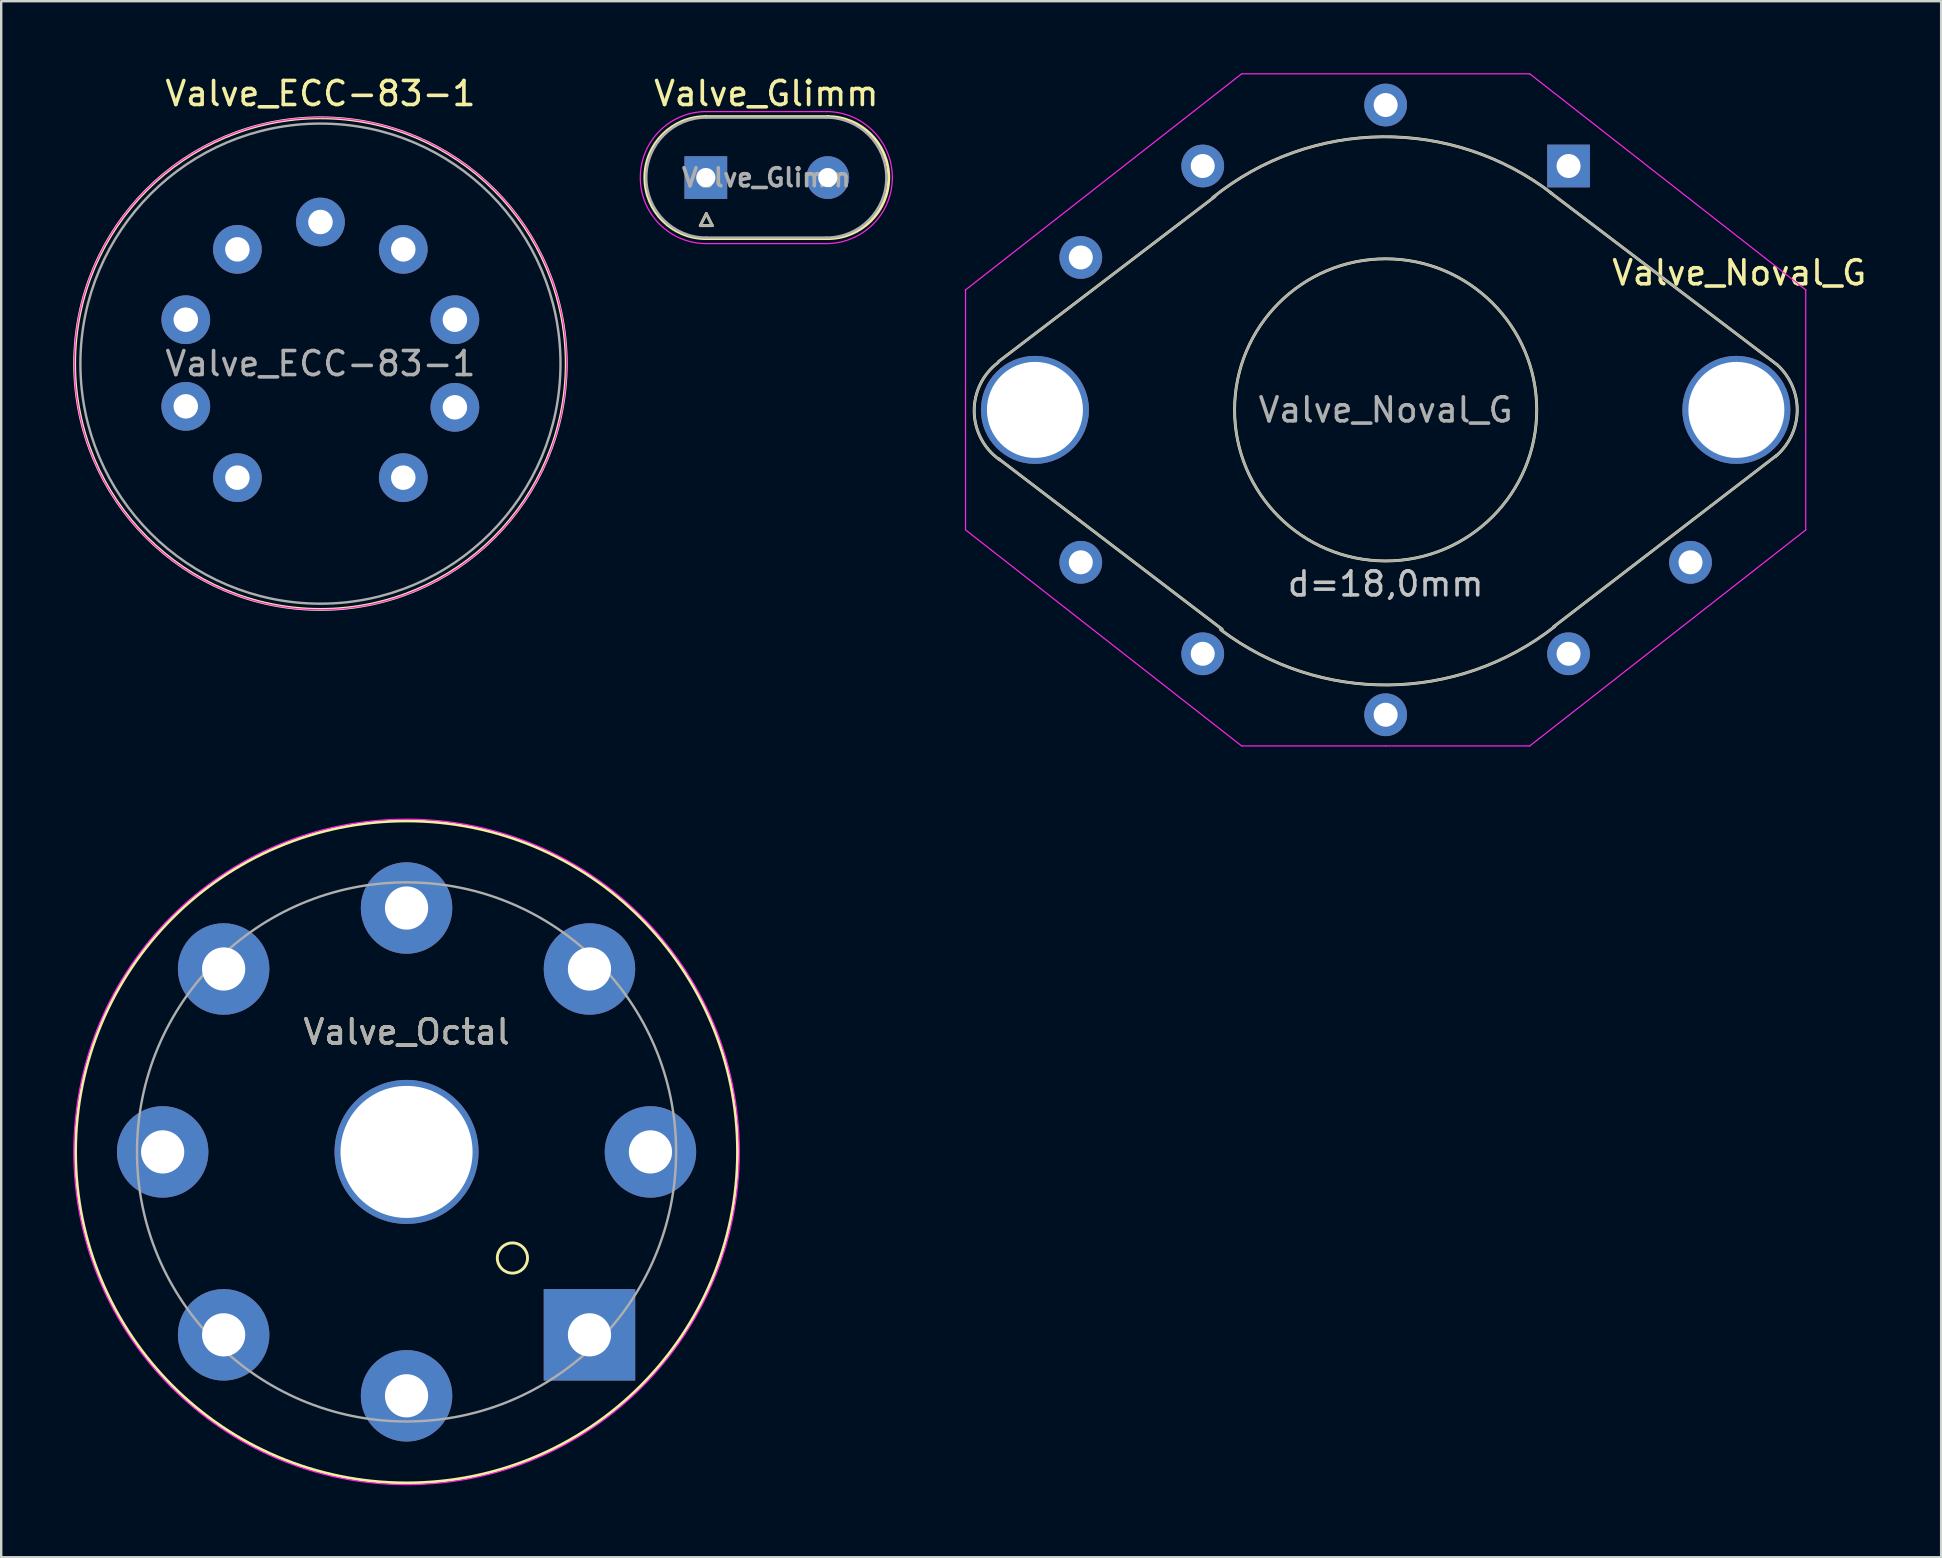
<source format=kicad_pcb>
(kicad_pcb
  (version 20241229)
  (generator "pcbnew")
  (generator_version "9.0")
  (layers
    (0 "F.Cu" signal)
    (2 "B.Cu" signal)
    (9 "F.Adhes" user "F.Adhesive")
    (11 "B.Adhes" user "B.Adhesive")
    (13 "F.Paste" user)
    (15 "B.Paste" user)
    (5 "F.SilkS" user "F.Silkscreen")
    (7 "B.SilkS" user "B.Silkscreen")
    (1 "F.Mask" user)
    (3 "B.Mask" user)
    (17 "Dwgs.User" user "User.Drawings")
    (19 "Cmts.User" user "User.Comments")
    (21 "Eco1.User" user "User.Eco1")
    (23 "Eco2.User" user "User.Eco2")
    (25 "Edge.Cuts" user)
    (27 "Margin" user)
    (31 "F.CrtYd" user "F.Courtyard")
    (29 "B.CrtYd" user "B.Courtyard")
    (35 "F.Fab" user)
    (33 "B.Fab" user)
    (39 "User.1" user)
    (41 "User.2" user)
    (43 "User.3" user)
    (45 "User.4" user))
  (footprint "Valve_ECC-83-1"
    (layer "F.Cu")
    (at 13.749 16.848)
    (property "Reference" "Valve_ECC-83-1" (at -3.45 -16 0) (layer "F.SilkS") (effects (font (size 1 1) (thickness 0.15))))
    (attr through_hole)
    (fp_circle (center -3.45 -4.75) (end 6.71 -3.48) (stroke (width 0.12) (type solid)) (fill no) (layer "F.SilkS"))
    (fp_circle (center -3.45 -4.75) (end -3.45 -15) (stroke (width 0.05) (type solid)) (fill no) (layer "F.CrtYd"))
    (fp_circle (center -3.45 -4.75) (end -3.45 -14.75) (stroke (width 0.1) (type solid)) (fill no) (layer "F.Fab"))
    (fp_text user "${REFERENCE}" (at -3.45 -4.75 0) (layer "F.Fab") (effects (font (size 1 1) (thickness 0.15))))
    (pad "1" thru_hole circle (at 0 0) (size 2.03 2.03) (drill 1.02) (layers "*.Cu" "*.Mask"))
    (pad "2" thru_hole circle (at 2.15 -2.93) (size 2.03 2.03) (drill 1.02) (layers "*.Cu" "*.Mask"))
    (pad "3" thru_hole circle (at 2.15 -6.58) (size 2.03 2.03) (drill 1.02) (layers "*.Cu" "*.Mask"))
    (pad "4" thru_hole circle (at 0 -9.51) (size 2.03 2.03) (drill 1.02) (layers "*.Cu" "*.Mask"))
    (pad "5" thru_hole circle (at -3.45 -10.65) (size 2.03 2.03) (drill 1.02) (layers "*.Cu" "*.Mask"))
    (pad "6" thru_hole circle (at -6.91 -9.51) (size 2.03 2.03) (drill 1.02) (layers "*.Cu" "*.Mask"))
    (pad "7" thru_hole circle (at -9.06 -6.58) (size 2.03 2.03) (drill 1.02) (layers "*.Cu" "*.Mask"))
    (pad "8" thru_hole circle (at -9.06 -2.97) (size 2.03 2.03) (drill 1.02) (layers "*.Cu" "*.Mask"))
    (pad "9" thru_hole circle (at -6.91 0) (size 2.03 2.03) (drill 1.02) (layers "*.Cu" "*.Mask")))
  (footprint "Valve_Octal"
    (layer "F.Cu")
    (at 21.506 52.556)
    (property "Reference" "Valve_Octal" (at -7.62 -12.62 0) (layer "F.SilkS") (effects (font (size 1 1) (thickness 0.15))))
    (attr through_hole)
    (fp_circle (center -7.62 -7.62) (end 2.13 2.13) (stroke (width 0.12) (type solid)) (fill no) (layer "F.SilkS"))
    (fp_circle (center -3.21 -3.2) (end -2.77 -2.75) (stroke (width 0.12) (type solid)) (fill no) (layer "F.SilkS"))
    (fp_circle (center -7.62 -7.62) (end 3.13 1.13) (stroke (width 0.05) (type solid)) (fill no) (layer "F.CrtYd"))
    (fp_circle (center -7.62 -7.62) (end -15.56 0.32) (stroke (width 0.1) (type solid)) (fill no) (layer "F.Fab"))
    (fp_text user "${REFERENCE}" (at -7.62 -12.62 0) (layer "F.Fab") (effects (font (size 1 1) (thickness 0.15))))
    (pad "" thru_hole circle (at -7.62 -7.62) (size 6 6) (drill 5.5) (layers "*.Cu" "*.Mask"))
    (pad "1" thru_hole rect (at 0 0) (size 3.81 3.81) (drill 1.8) (layers "*.Cu" "*.Mask"))
    (pad "2" thru_hole circle (at 2.54 -7.62) (size 3.81 3.81) (drill 1.8) (layers "*.Cu" "*.Mask"))
    (pad "3" thru_hole circle (at 0 -15.24) (size 3.81 3.81) (drill 1.8) (layers "*.Cu" "*.Mask"))
    (pad "4" thru_hole circle (at -7.62 -17.78) (size 3.81 3.81) (drill 1.8) (layers "*.Cu" "*.Mask"))
    (pad "5" thru_hole circle (at -15.24 -15.24) (size 3.81 3.81) (drill 1.8) (layers "*.Cu" "*.Mask"))
    (pad "6" thru_hole circle (at -17.78 -7.62) (size 3.81 3.81) (drill 1.8) (layers "*.Cu" "*.Mask"))
    (pad "7" thru_hole circle (at -15.24 0) (size 3.81 3.81) (drill 1.8) (layers "*.Cu" "*.Mask"))
    (pad "8" thru_hole circle (at -7.62 2.54) (size 3.81 3.81) (drill 1.8) (layers "*.Cu" "*.Mask")))
  (footprint "Valve_Noval_G"
    (layer "F.Cu")
    (at 62.293 3.865)
    (property "Reference" "Valve_Noval_G" (at 7.11 4.45 0) (layer "F.SilkS") (effects (font (size 1 1) (thickness 0.15))))
    (attr through_hole)
    (fp_line (start -23.75 8.15) (end -14.73 1.27) (stroke (width 0.12) (type solid)) (layer "F.SilkS"))
    (fp_line (start -23.75 12.19) (end -14.43 19.3) (stroke (width 0.12) (type solid)) (layer "F.SilkS"))
    (fp_line (start 8.66 12.06) (end -0.63 19.2) (stroke (width 0.12) (type solid)) (layer "F.SilkS"))
    (fp_line (start 8.69 8.28) (end -0.74 1.12) (stroke (width 0.12) (type solid)) (layer "F.SilkS"))
    (fp_arc (start -23.7 12.24) (mid -24.76061 10.23284) (end -23.769096 8.190664) (stroke (width 0.12) (type solid)) (layer "F.SilkS"))
    (fp_arc (start -14.83 1.32) (mid -7.774859 -1.216675) (end -0.665972 1.16523) (stroke (width 0.12) (type solid)) (layer "F.SilkS"))
    (fp_arc (start -0.57 19.18) (mid -7.50736 21.618362) (end -14.491513 19.317453) (stroke (width 0.12) (type solid)) (layer "F.SilkS"))
    (fp_arc (start 8.69 8.28) (mid 9.524064 10.214038) (end 8.60831 12.110762) (stroke (width 0.12) (type solid)) (layer "F.SilkS"))
    (fp_circle (center -7.62 10.16) (end -12.07 14.61) (stroke (width 0.12) (type solid)) (fill no) (layer "F.SilkS"))
    (fp_line (start -25.12 5.16) (end -13.62 -3.84) (stroke (width 0.05) (type solid)) (layer "F.CrtYd"))
    (fp_line (start -25.12 15.16) (end -25.12 5.16) (stroke (width 0.05) (type solid)) (layer "F.CrtYd"))
    (fp_line (start -13.62 -3.84) (end -1.62 -3.84) (stroke (width 0.05) (type solid)) (layer "F.CrtYd"))
    (fp_line (start -13.62 24.16) (end -25.12 15.16) (stroke (width 0.05) (type solid)) (layer "F.CrtYd"))
    (fp_line (start -7.62 24.16) (end -13.62 24.16) (stroke (width 0.05) (type solid)) (layer "F.CrtYd"))
    (fp_line (start -1.62 -3.84) (end 9.88 5.16) (stroke (width 0.05) (type solid)) (layer "F.CrtYd"))
    (fp_line (start -1.62 24.16) (end -7.62 24.16) (stroke (width 0.05) (type solid)) (layer "F.CrtYd"))
    (fp_line (start 9.88 5.16) (end 9.88 15.16) (stroke (width 0.05) (type solid)) (layer "F.CrtYd"))
    (fp_line (start 9.88 15.16) (end -1.62 24.16) (stroke (width 0.05) (type solid)) (layer "F.CrtYd"))
    (fp_line (start -23.75 8.15) (end -14.73 1.27) (stroke (width 0.1) (type solid)) (layer "F.Fab"))
    (fp_line (start -23.75 12.19) (end -14.43 19.3) (stroke (width 0.1) (type solid)) (layer "F.Fab"))
    (fp_line (start 8.66 12.06) (end -0.63 19.2) (stroke (width 0.1) (type solid)) (layer "F.Fab"))
    (fp_line (start 8.69 8.28) (end -0.74 1.12) (stroke (width 0.1) (type solid)) (layer "F.Fab"))
    (fp_arc (start -23.7 12.24) (mid -24.76061 10.23284) (end -23.769096 8.190664) (stroke (width 0.1) (type solid)) (layer "F.Fab"))
    (fp_arc (start -14.83 1.32) (mid -7.774859 -1.216675) (end -0.665972 1.16523) (stroke (width 0.1) (type solid)) (layer "F.Fab"))
    (fp_arc (start -0.57 19.18) (mid -7.50736 21.618362) (end -14.491513 19.317453) (stroke (width 0.1) (type solid)) (layer "F.Fab"))
    (fp_arc (start 8.69 8.28) (mid 9.524064 10.214038) (end 8.60831 12.110762) (stroke (width 0.1) (type solid)) (layer "F.Fab"))
    (fp_circle (center -7.62 10.16) (end -12.07 14.61) (stroke (width 0.1) (type solid)) (fill no) (layer "F.Fab"))
    (fp_text user "d=18,0mm" (at -7.62 17.41 0) (layer "Dwgs.User") (effects (font (size 1 1) (thickness 0.15))))
    (fp_text user "${REFERENCE}" (at -7.62 10.16 0) (layer "F.Fab") (effects (font (size 1 1) (thickness 0.15))))
    (pad "" thru_hole circle (at 6.99 10.16) (size 4.5 4.5) (drill 4) (layers "*.Cu" "*.Mask"))
    (pad "1" thru_hole rect (at 0 0) (size 1.78 1.78) (drill 1) (layers "*.Cu" "*.Mask"))
    (pad "2" thru_hole circle (at -22.23 10.16) (size 4.5 4.5) (drill 4) (layers "*.Cu" "*.Mask"))
    (pad "2" thru_hole circle (at -7.62 -2.54) (size 1.78 1.78) (drill 1) (layers "*.Cu" "*.Mask"))
    (pad "3" thru_hole circle (at -15.24 0) (size 1.78 1.78) (drill 1) (layers "*.Cu" "*.Mask"))
    (pad "4" thru_hole circle (at -20.32 3.81) (size 1.78 1.78) (drill 1) (layers "*.Cu" "*.Mask"))
    (pad "5" thru_hole circle (at -20.32 16.51) (size 1.78 1.78) (drill 1) (layers "*.Cu" "*.Mask"))
    (pad "6" thru_hole circle (at -15.24 20.32) (size 1.78 1.78) (drill 1) (layers "*.Cu" "*.Mask"))
    (pad "7" thru_hole circle (at -7.62 22.86) (size 1.78 1.78) (drill 1) (layers "*.Cu" "*.Mask"))
    (pad "8" thru_hole circle (at 0 20.32) (size 1.78 1.78) (drill 1) (layers "*.Cu" "*.Mask"))
    (pad "9" thru_hole circle (at 5.08 16.51) (size 1.78 1.78) (drill 1) (layers "*.Cu" "*.Mask")))
  (footprint "Valve_Glimm"
    (layer "F.Cu")
    (at 26.353 4.348)
    (property "Reference" "Valve_Glimm" (at 2.52 -3.5 0) (layer "F.SilkS") (effects (font (size 1 1) (thickness 0.15))))
    (attr through_hole)
    (fp_line (start -0.23 2) (end 0.27 2) (stroke (width 0.12) (type solid)) (layer "F.SilkS"))
    (fp_line (start 0 -2.54) (end 5.08 -2.54) (stroke (width 0.12) (type solid)) (layer "F.SilkS"))
    (fp_line (start 0 2.54) (end 5.08 2.54) (stroke (width 0.12) (type solid)) (layer "F.SilkS"))
    (fp_line (start 0.02 1.5) (end -0.23 2) (stroke (width 0.12) (type solid)) (layer "F.SilkS"))
    (fp_line (start 0.27 2) (end 0.02 1.5) (stroke (width 0.12) (type solid)) (layer "F.SilkS"))
    (fp_arc (start 0 2.54) (mid -2.54 0) (end 0 -2.54) (stroke (width 0.12) (type solid)) (layer "F.SilkS"))
    (fp_arc (start 5.08 -2.54) (mid 7.62 0) (end 5.08 2.54) (stroke (width 0.12) (type solid)) (layer "F.SilkS"))
    (fp_line (start 0.02 2.75) (end 5.02 2.75) (stroke (width 0.05) (type solid)) (layer "F.CrtYd"))
    (fp_line (start 5.02 -2.75) (end 0.02 -2.75) (stroke (width 0.05) (type solid)) (layer "F.CrtYd"))
    (fp_arc (start 0.02 2.75) (mid -2.73 0) (end 0.02 -2.75) (stroke (width 0.05) (type solid)) (layer "F.CrtYd"))
    (fp_arc (start 5.02 -2.75) (mid 7.77 0) (end 5.02 2.75) (stroke (width 0.05) (type solid)) (layer "F.CrtYd"))
    (fp_line (start -0.23 2) (end 0.27 2) (stroke (width 0.1) (type solid)) (layer "F.Fab"))
    (fp_line (start 0.02 1.5) (end -0.23 2) (stroke (width 0.1) (type solid)) (layer "F.Fab"))
    (fp_line (start 0.02 2.5) (end 5.02 2.5) (stroke (width 0.1) (type solid)) (layer "F.Fab"))
    (fp_line (start 0.27 2) (end 0.02 1.5) (stroke (width 0.1) (type solid)) (layer "F.Fab"))
    (fp_line (start 5.02 -2.5) (end 0.02 -2.5) (stroke (width 0.1) (type solid)) (layer "F.Fab"))
    (fp_arc (start 0.02 2.5) (mid -2.48 0) (end 0.02 -2.5) (stroke (width 0.1) (type solid)) (layer "F.Fab"))
    (fp_arc (start 5.02 -2.5) (mid 7.52 0) (end 5.02 2.5) (stroke (width 0.1) (type solid)) (layer "F.Fab"))
    (fp_text user "${REFERENCE}" (at 2.52 0 0) (layer "F.Fab") (effects (font (size 0.75 0.75) (thickness 0.15))))
    (pad "1" thru_hole rect (at 0 0) (size 1.78 1.78) (drill 0.8) (layers "*.Cu" "*.Mask"))
    (pad "2" thru_hole circle (at 5.08 0) (size 1.78 1.78) (drill 0.8) (layers "*.Cu" "*.Mask")))
  (gr_rect
    (start -3 -3)
    (end 77.814 61.822)
    (stroke (width 0.1) (type default))
    (fill no)
    (layer "Edge.Cuts")))
</source>
